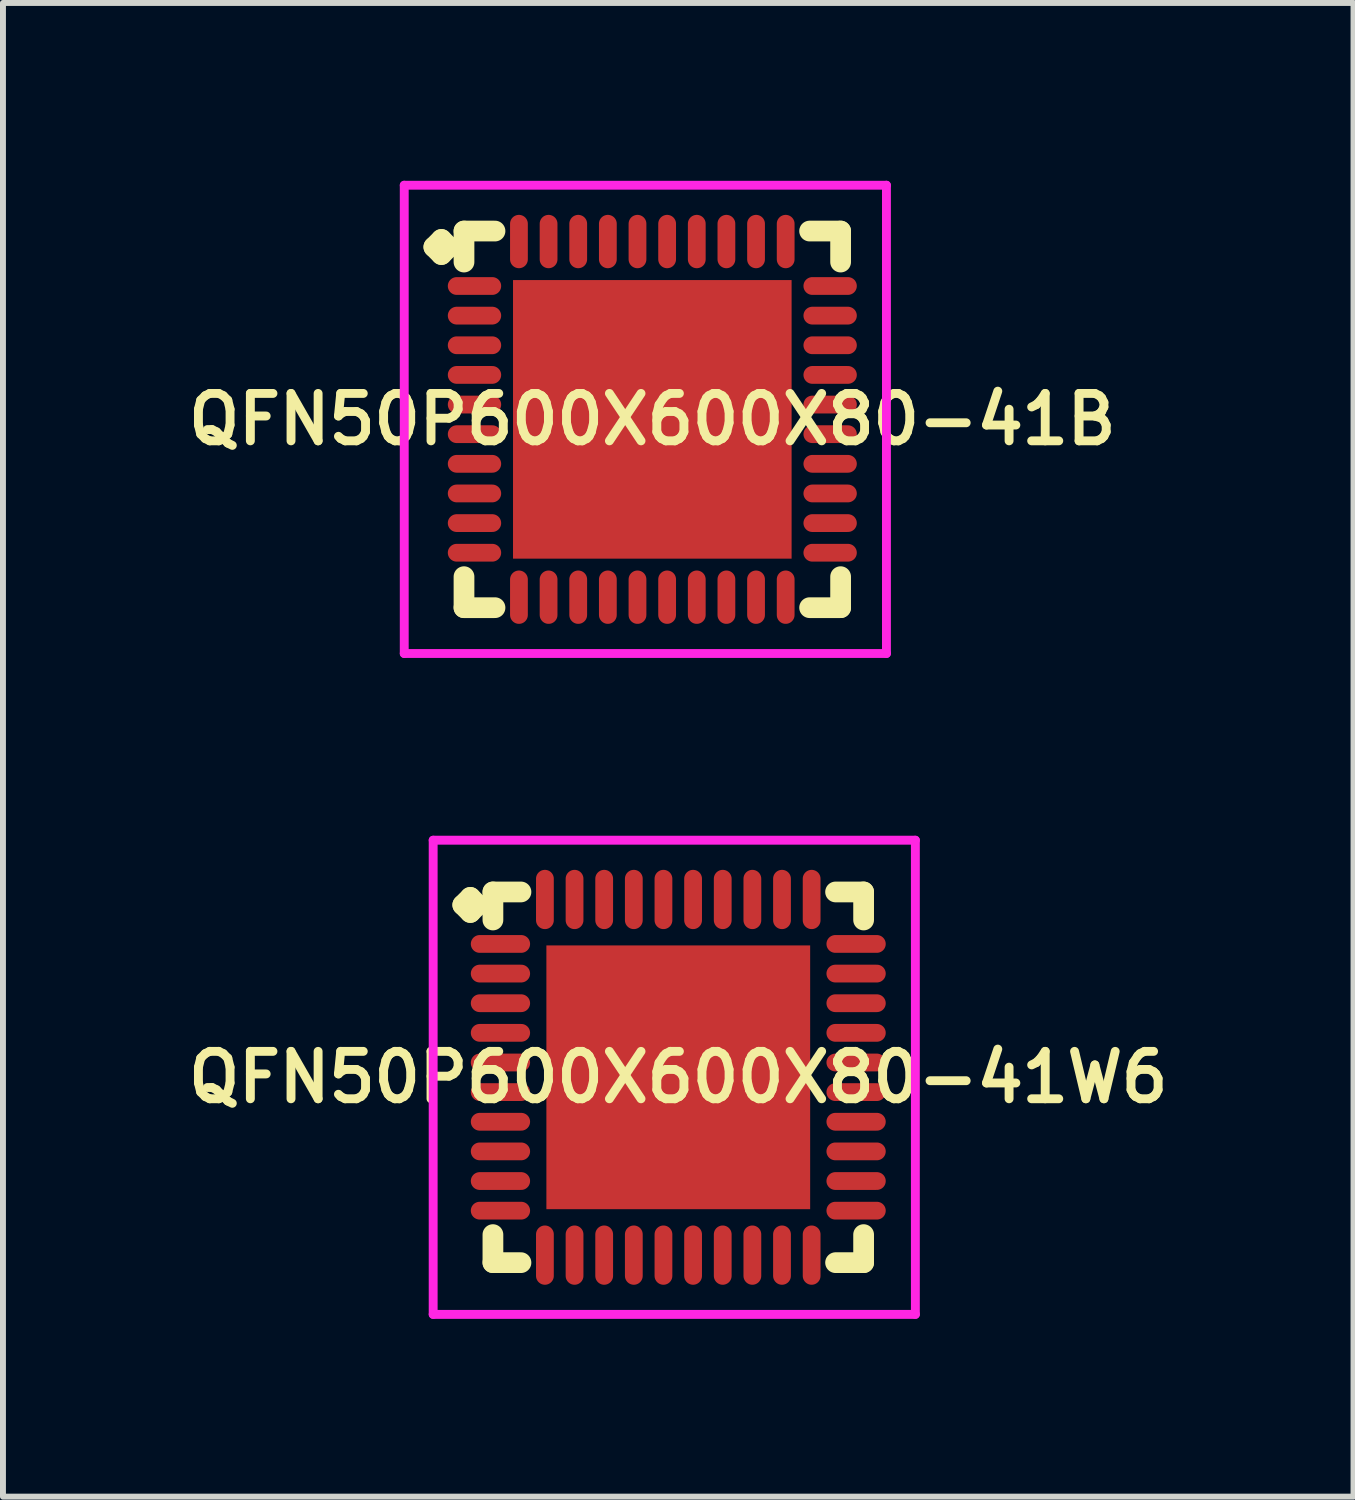
<source format=kicad_pcb>
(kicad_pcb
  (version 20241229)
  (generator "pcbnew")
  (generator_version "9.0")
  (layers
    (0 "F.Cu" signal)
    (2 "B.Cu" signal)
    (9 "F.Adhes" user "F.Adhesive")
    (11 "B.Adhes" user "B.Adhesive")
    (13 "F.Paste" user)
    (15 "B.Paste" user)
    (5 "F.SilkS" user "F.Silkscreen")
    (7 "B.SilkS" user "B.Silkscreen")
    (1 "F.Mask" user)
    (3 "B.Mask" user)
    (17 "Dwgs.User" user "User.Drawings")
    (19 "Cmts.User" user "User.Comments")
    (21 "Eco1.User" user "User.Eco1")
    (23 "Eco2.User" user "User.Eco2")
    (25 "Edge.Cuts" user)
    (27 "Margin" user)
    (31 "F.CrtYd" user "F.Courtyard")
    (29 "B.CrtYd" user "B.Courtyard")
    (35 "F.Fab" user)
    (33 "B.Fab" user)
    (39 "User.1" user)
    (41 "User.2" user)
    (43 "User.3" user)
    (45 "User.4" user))
  (footprint "QFN50P600X600X80-41W6"
    (layer "F.Cu")
    (at 8.393 15.125)
    (property "Reference" "QFN50P600X600X80-41W6" (at 0 0 0) (layer "F.SilkS") (effects (font (size 0.8 0.8) (thickness 0.15))))
    (attr smd)
    (fp_line (start -3.635 -2.908) (end -3.508 -3.035) (stroke (width 0.35) (type solid)) (layer "F.SilkS"))
    (fp_line (start -3.508 -3.035) (end -3.381 -2.908) (stroke (width 0.35) (type solid)) (layer "F.SilkS"))
    (fp_line (start -3.508 -2.781) (end -3.635 -2.908) (stroke (width 0.35) (type solid)) (layer "F.SilkS"))
    (fp_line (start -3.381 -2.908) (end -3.508 -2.781) (stroke (width 0.35) (type solid)) (layer "F.SilkS"))
    (fp_line (start -3.127 -3.127) (end -2.654 -3.127) (stroke (width 0.35) (type solid)) (layer "F.SilkS"))
    (fp_line (start -3.127 -2.654) (end -3.127 -3.127) (stroke (width 0.35) (type solid)) (layer "F.SilkS"))
    (fp_line (start -3.127 2.654) (end -3.127 3.127) (stroke (width 0.35) (type solid)) (layer "F.SilkS"))
    (fp_line (start -3.127 3.127) (end -2.654 3.127) (stroke (width 0.35) (type solid)) (layer "F.SilkS"))
    (fp_line (start 2.654 -3.127) (end 3.127 -3.127) (stroke (width 0.35) (type solid)) (layer "F.SilkS"))
    (fp_line (start 2.654 3.127) (end 3.127 3.127) (stroke (width 0.35) (type solid)) (layer "F.SilkS"))
    (fp_line (start 3.127 -3.127) (end 3.127 -2.654) (stroke (width 0.35) (type solid)) (layer "F.SilkS"))
    (fp_line (start 3.127 3.127) (end 3.127 2.654) (stroke (width 0.35) (type solid)) (layer "F.SilkS"))
    (fp_line (start -4.135 -4) (end 4 -4) (stroke (width 0.15) (type solid)) (layer "F.CrtYd"))
    (fp_line (start -4.135 4) (end -4.135 -4) (stroke (width 0.15) (type solid)) (layer "F.CrtYd"))
    (fp_line (start 4 -4) (end 4 4) (stroke (width 0.15) (type solid)) (layer "F.CrtYd"))
    (fp_line (start 4 4) (end -4.135 4) (stroke (width 0.15) (type solid)) (layer "F.CrtYd"))
    (pad "1" smd oval (at -3 -2.25) (size 1 0.3) (layers "F.Cu" "F.Mask" "F.Paste"))
    (pad "2" smd oval (at -3 -1.75) (size 1 0.3) (layers "F.Cu" "F.Mask" "F.Paste"))
    (pad "3" smd oval (at -3 -1.25) (size 1 0.3) (layers "F.Cu" "F.Mask" "F.Paste"))
    (pad "4" smd oval (at -3 -0.75) (size 1 0.3) (layers "F.Cu" "F.Mask" "F.Paste"))
    (pad "5" smd oval (at -3 -0.25) (size 1 0.3) (layers "F.Cu" "F.Mask" "F.Paste"))
    (pad "6" smd oval (at -3 0.25) (size 1 0.3) (layers "F.Cu" "F.Mask" "F.Paste"))
    (pad "7" smd oval (at -3 0.75) (size 1 0.3) (layers "F.Cu" "F.Mask" "F.Paste"))
    (pad "8" smd oval (at -3 1.25) (size 1 0.3) (layers "F.Cu" "F.Mask" "F.Paste"))
    (pad "9" smd oval (at -3 1.75) (size 1 0.3) (layers "F.Cu" "F.Mask" "F.Paste"))
    (pad "10" smd oval (at -3 2.25) (size 1 0.3) (layers "F.Cu" "F.Mask" "F.Paste"))
    (pad "11" smd oval (at -2.25 3) (size 0.3 1) (layers "F.Cu" "F.Mask" "F.Paste"))
    (pad "12" smd oval (at -1.75 3) (size 0.3 1) (layers "F.Cu" "F.Mask" "F.Paste"))
    (pad "13" smd oval (at -1.25 3) (size 0.3 1) (layers "F.Cu" "F.Mask" "F.Paste"))
    (pad "14" smd oval (at -0.75 3) (size 0.3 1) (layers "F.Cu" "F.Mask" "F.Paste"))
    (pad "15" smd oval (at -0.25 3) (size 0.3 1) (layers "F.Cu" "F.Mask" "F.Paste"))
    (pad "16" smd oval (at 0.25 3) (size 0.3 1) (layers "F.Cu" "F.Mask" "F.Paste"))
    (pad "17" smd oval (at 0.75 3) (size 0.3 1) (layers "F.Cu" "F.Mask" "F.Paste"))
    (pad "18" smd oval (at 1.25 3) (size 0.3 1) (layers "F.Cu" "F.Mask" "F.Paste"))
    (pad "19" smd oval (at 1.75 3) (size 0.3 1) (layers "F.Cu" "F.Mask" "F.Paste"))
    (pad "20" smd oval (at 2.25 3) (size 0.3 1) (layers "F.Cu" "F.Mask" "F.Paste"))
    (pad "21" smd oval (at 3 2.25) (size 1 0.3) (layers "F.Cu" "F.Mask" "F.Paste"))
    (pad "22" smd oval (at 3 1.75) (size 1 0.3) (layers "F.Cu" "F.Mask" "F.Paste"))
    (pad "23" smd oval (at 3 1.25) (size 1 0.3) (layers "F.Cu" "F.Mask" "F.Paste"))
    (pad "24" smd oval (at 3 0.75) (size 1 0.3) (layers "F.Cu" "F.Mask" "F.Paste"))
    (pad "25" smd oval (at 3 0.25) (size 1 0.3) (layers "F.Cu" "F.Mask" "F.Paste"))
    (pad "26" smd oval (at 3 -0.25) (size 1 0.3) (layers "F.Cu" "F.Mask" "F.Paste"))
    (pad "27" smd oval (at 3 -0.75) (size 1 0.3) (layers "F.Cu" "F.Mask" "F.Paste"))
    (pad "28" smd oval (at 3 -1.25) (size 1 0.3) (layers "F.Cu" "F.Mask" "F.Paste"))
    (pad "29" smd oval (at 3 -1.75) (size 1 0.3) (layers "F.Cu" "F.Mask" "F.Paste"))
    (pad "30" smd oval (at 3 -2.25) (size 1 0.3) (layers "F.Cu" "F.Mask" "F.Paste"))
    (pad "31" smd oval (at 2.25 -3) (size 0.3 1) (layers "F.Cu" "F.Mask" "F.Paste"))
    (pad "32" smd oval (at 1.75 -3) (size 0.3 1) (layers "F.Cu" "F.Mask" "F.Paste"))
    (pad "33" smd oval (at 1.25 -3) (size 0.3 1) (layers "F.Cu" "F.Mask" "F.Paste"))
    (pad "34" smd oval (at 0.75 -3) (size 0.3 1) (layers "F.Cu" "F.Mask" "F.Paste"))
    (pad "35" smd oval (at 0.25 -3) (size 0.3 1) (layers "F.Cu" "F.Mask" "F.Paste"))
    (pad "36" smd oval (at -0.25 -3) (size 0.3 1) (layers "F.Cu" "F.Mask" "F.Paste"))
    (pad "37" smd oval (at -0.75 -3) (size 0.3 1) (layers "F.Cu" "F.Mask" "F.Paste"))
    (pad "38" smd oval (at -1.25 -3) (size 0.3 1) (layers "F.Cu" "F.Mask" "F.Paste"))
    (pad "39" smd oval (at -1.75 -3) (size 0.3 1) (layers "F.Cu" "F.Mask" "F.Paste"))
    (pad "40" smd oval (at -2.25 -3) (size 0.3 1) (layers "F.Cu" "F.Mask" "F.Paste"))
    (pad "41" smd rect (at 0 0) (size 4.45 4.45) (layers "F.Cu" "F.Mask" "F.Paste")))
  (footprint "QFN50P600X600X80-41B"
    (layer "F.Cu")
    (at 7.955 4.025)
    (property "Reference" "QFN50P600X600X80-41B" (at 0 0 0) (layer "F.SilkS") (effects (font (size 0.8 0.8) (thickness 0.15))))
    (attr smd)
    (fp_line (start -3.685 -2.908) (end -3.558 -3.035) (stroke (width 0.35) (type solid)) (layer "F.SilkS"))
    (fp_line (start -3.558 -3.035) (end -3.431 -2.908) (stroke (width 0.35) (type solid)) (layer "F.SilkS"))
    (fp_line (start -3.558 -2.781) (end -3.685 -2.908) (stroke (width 0.35) (type solid)) (layer "F.SilkS"))
    (fp_line (start -3.431 -2.908) (end -3.558 -2.781) (stroke (width 0.35) (type solid)) (layer "F.SilkS"))
    (fp_line (start -3.177 -3.177) (end -2.654 -3.177) (stroke (width 0.35) (type solid)) (layer "F.SilkS"))
    (fp_line (start -3.177 -2.654) (end -3.177 -3.177) (stroke (width 0.35) (type solid)) (layer "F.SilkS"))
    (fp_line (start -3.177 2.654) (end -3.177 3.177) (stroke (width 0.35) (type solid)) (layer "F.SilkS"))
    (fp_line (start -3.177 3.177) (end -2.654 3.177) (stroke (width 0.35) (type solid)) (layer "F.SilkS"))
    (fp_line (start 2.654 -3.177) (end 3.177 -3.177) (stroke (width 0.35) (type solid)) (layer "F.SilkS"))
    (fp_line (start 2.654 3.177) (end 3.177 3.177) (stroke (width 0.35) (type solid)) (layer "F.SilkS"))
    (fp_line (start 3.177 -3.177) (end 3.177 -2.654) (stroke (width 0.35) (type solid)) (layer "F.SilkS"))
    (fp_line (start 3.177 3.177) (end 3.177 2.654) (stroke (width 0.35) (type solid)) (layer "F.SilkS"))
    (fp_line (start -4.185 -3.95) (end 3.95 -3.95) (stroke (width 0.15) (type solid)) (layer "F.CrtYd"))
    (fp_line (start -4.185 3.95) (end -4.185 -3.95) (stroke (width 0.15) (type solid)) (layer "F.CrtYd"))
    (fp_line (start 3.95 -3.95) (end 3.95 3.95) (stroke (width 0.15) (type solid)) (layer "F.CrtYd"))
    (fp_line (start 3.95 3.95) (end -4.185 3.95) (stroke (width 0.15) (type solid)) (layer "F.CrtYd"))
    (pad "1" smd oval (at -3 -2.25) (size 0.9 0.3) (layers "F.Cu" "F.Mask" "F.Paste"))
    (pad "2" smd oval (at -3 -1.75) (size 0.9 0.3) (layers "F.Cu" "F.Mask" "F.Paste"))
    (pad "3" smd oval (at -3 -1.25) (size 0.9 0.3) (layers "F.Cu" "F.Mask" "F.Paste"))
    (pad "4" smd oval (at -3 -0.75) (size 0.9 0.3) (layers "F.Cu" "F.Mask" "F.Paste"))
    (pad "5" smd oval (at -3 -0.25) (size 0.9 0.3) (layers "F.Cu" "F.Mask" "F.Paste"))
    (pad "6" smd oval (at -3 0.25) (size 0.9 0.3) (layers "F.Cu" "F.Mask" "F.Paste"))
    (pad "7" smd oval (at -3 0.75) (size 0.9 0.3) (layers "F.Cu" "F.Mask" "F.Paste"))
    (pad "8" smd oval (at -3 1.25) (size 0.9 0.3) (layers "F.Cu" "F.Mask" "F.Paste"))
    (pad "9" smd oval (at -3 1.75) (size 0.9 0.3) (layers "F.Cu" "F.Mask" "F.Paste"))
    (pad "10" smd oval (at -3 2.25) (size 0.9 0.3) (layers "F.Cu" "F.Mask" "F.Paste"))
    (pad "11" smd oval (at -2.25 3) (size 0.3 0.9) (layers "F.Cu" "F.Mask" "F.Paste"))
    (pad "12" smd oval (at -1.75 3) (size 0.3 0.9) (layers "F.Cu" "F.Mask" "F.Paste"))
    (pad "13" smd oval (at -1.25 3) (size 0.3 0.9) (layers "F.Cu" "F.Mask" "F.Paste"))
    (pad "14" smd oval (at -0.75 3) (size 0.3 0.9) (layers "F.Cu" "F.Mask" "F.Paste"))
    (pad "15" smd oval (at -0.25 3) (size 0.3 0.9) (layers "F.Cu" "F.Mask" "F.Paste"))
    (pad "16" smd oval (at 0.25 3) (size 0.3 0.9) (layers "F.Cu" "F.Mask" "F.Paste"))
    (pad "17" smd oval (at 0.75 3) (size 0.3 0.9) (layers "F.Cu" "F.Mask" "F.Paste"))
    (pad "18" smd oval (at 1.25 3) (size 0.3 0.9) (layers "F.Cu" "F.Mask" "F.Paste"))
    (pad "19" smd oval (at 1.75 3) (size 0.3 0.9) (layers "F.Cu" "F.Mask" "F.Paste"))
    (pad "20" smd oval (at 2.25 3) (size 0.3 0.9) (layers "F.Cu" "F.Mask" "F.Paste"))
    (pad "21" smd oval (at 3 2.25) (size 0.9 0.3) (layers "F.Cu" "F.Mask" "F.Paste"))
    (pad "22" smd oval (at 3 1.75) (size 0.9 0.3) (layers "F.Cu" "F.Mask" "F.Paste"))
    (pad "23" smd oval (at 3 1.25) (size 0.9 0.3) (layers "F.Cu" "F.Mask" "F.Paste"))
    (pad "24" smd oval (at 3 0.75) (size 0.9 0.3) (layers "F.Cu" "F.Mask" "F.Paste"))
    (pad "25" smd oval (at 3 0.25) (size 0.9 0.3) (layers "F.Cu" "F.Mask" "F.Paste"))
    (pad "26" smd oval (at 3 -0.25) (size 0.9 0.3) (layers "F.Cu" "F.Mask" "F.Paste"))
    (pad "27" smd oval (at 3 -0.75) (size 0.9 0.3) (layers "F.Cu" "F.Mask" "F.Paste"))
    (pad "28" smd oval (at 3 -1.25) (size 0.9 0.3) (layers "F.Cu" "F.Mask" "F.Paste"))
    (pad "29" smd oval (at 3 -1.75) (size 0.9 0.3) (layers "F.Cu" "F.Mask" "F.Paste"))
    (pad "30" smd oval (at 3 -2.25) (size 0.9 0.3) (layers "F.Cu" "F.Mask" "F.Paste"))
    (pad "31" smd oval (at 2.25 -3) (size 0.3 0.9) (layers "F.Cu" "F.Mask" "F.Paste"))
    (pad "32" smd oval (at 1.75 -3) (size 0.3 0.9) (layers "F.Cu" "F.Mask" "F.Paste"))
    (pad "33" smd oval (at 1.25 -3) (size 0.3 0.9) (layers "F.Cu" "F.Mask" "F.Paste"))
    (pad "34" smd oval (at 0.75 -3) (size 0.3 0.9) (layers "F.Cu" "F.Mask" "F.Paste"))
    (pad "35" smd oval (at 0.25 -3) (size 0.3 0.9) (layers "F.Cu" "F.Mask" "F.Paste"))
    (pad "36" smd oval (at -0.25 -3) (size 0.3 0.9) (layers "F.Cu" "F.Mask" "F.Paste"))
    (pad "37" smd oval (at -0.75 -3) (size 0.3 0.9) (layers "F.Cu" "F.Mask" "F.Paste"))
    (pad "38" smd oval (at -1.25 -3) (size 0.3 0.9) (layers "F.Cu" "F.Mask" "F.Paste"))
    (pad "39" smd oval (at -1.75 -3) (size 0.3 0.9) (layers "F.Cu" "F.Mask" "F.Paste"))
    (pad "40" smd oval (at -2.25 -3) (size 0.3 0.9) (layers "F.Cu" "F.Mask" "F.Paste"))
    (pad "41" smd rect (at 0 0) (size 4.7 4.7) (layers "F.Cu" "F.Mask" "F.Paste")))
  (gr_rect
    (start -3 -3)
    (end 19.785 22.2)
    (stroke (width 0.1) (type default))
    (fill no)
    (layer "Edge.Cuts")))
</source>
